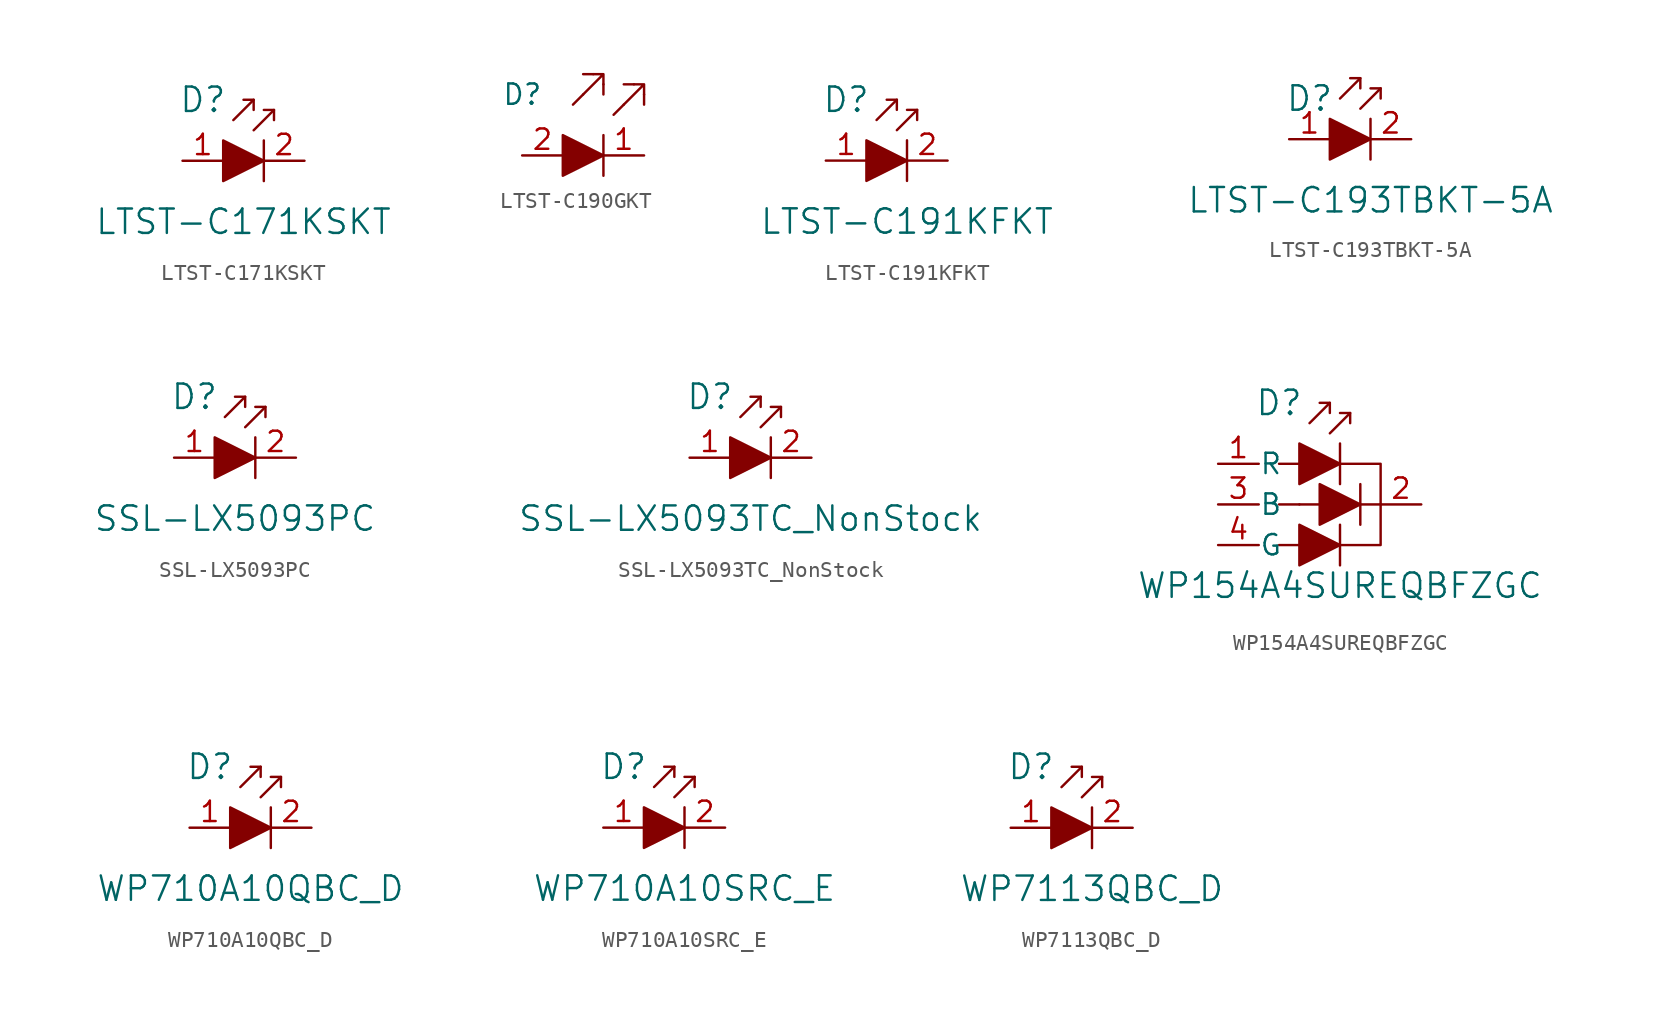
<source format=kicad_sym>
(kicad_symbol_lib
  (version 20231120)
  (generator "kicad_symbol_editor")
  (generator_version "8.0")
  (symbol "LTST-C171KSKT"
    (pin_names
      (offset 0))
    (property "Reference" "D"
      (at -3.81 3.81 0)
      (effects (font (size 1.524 1.524))))
    (property "Value" "LTST-C171KSKT"
      (at -1.27 -3.81 0)
      (effects (font (size 1.524 1.524))))
    (symbol "LTST-C171KSKT_0_1"
      (polyline (pts (xy -0.635 3.81) (xy -1.905 2.54)) (stroke (width 0) (type solid)) (fill (type none)))
      (polyline (pts (xy 0 1.27) (xy 0 -1.27)) (stroke (width 0) (type solid)) (fill (type none)))
      (polyline (pts (xy 0.635 3.175) (xy -0.635 1.905)) (stroke (width 0) (type solid)) (fill (type none)))
      (polyline (pts (xy -1.27 3.81) (xy -0.635 3.81) (xy -0.635 3.175)) (stroke (width 0) (type solid)) (fill (type none)))
      (polyline (pts (xy 0 3.175) (xy 0.635 3.175) (xy 0.635 2.54)) (stroke (width 0) (type solid)) (fill (type none)))
      (polyline (pts (xy -2.54 1.27) (xy -2.54 -1.27) (xy 0 0) (xy -2.54 1.27)) (stroke (width 0) (type solid)) (fill (type outline))))
    (symbol "LTST-C171KSKT_1_1"
      (pin passive line (at -5.08 0 0) (length 2.54) (name "~" (effects (font (size 1.27 1.27)))) (number "1" (effects (font (size 1.27 1.27)))))
      (pin passive line (at 2.54 0 180) (length 2.54) (name "~" (effects (font (size 1.27 1.27)))) (number "2" (effects (font (size 1.27 1.27)))))))
  (symbol "LTST-C190GKT"
    (pin_names
      (offset 0))
    (property "Reference" "D"
      (at -6.35 3.81 0)
      (effects (font (size 1.27 1.27)) (justify left)))
    (symbol "LTST-C190GKT_0_1"
      (polyline (pts (xy 0 1.27) (xy 0 -1.27)) (stroke (width 0) (type solid)) (fill (type none)))
      (polyline (pts (xy -2.54 1.27) (xy -2.54 -1.27) (xy 0 0) (xy -2.54 1.27)) (stroke (width 0) (type solid)) (fill (type outline))))
    (symbol "LTST-C190GKT_1_1"
      (polyline (pts (xy -1.27 3.81) (xy -1.905 3.175)) (stroke (width 0) (type solid)) (fill (type none)))
      (polyline (pts (xy -0.635 5.08) (xy -1.27 5.08)) (stroke (width 0) (type solid)) (fill (type none)))
      (polyline (pts (xy 0 4.445) (xy 0 3.81)) (stroke (width 0) (type solid)) (fill (type none)))
      (polyline (pts (xy 1.27 3.175) (xy 0.635 2.54)) (stroke (width 0) (type solid)) (fill (type none)))
      (polyline (pts (xy 1.905 4.445) (xy 1.27 4.445)) (stroke (width 0) (type solid)) (fill (type none)))
      (polyline (pts (xy 2.54 3.81) (xy 2.54 3.175)) (stroke (width 0) (type solid)) (fill (type none)))
      (polyline (pts (xy 1.27 3.175) (xy 2.54 4.445) (xy 1.905 4.445) (xy 2.54 4.445) (xy 2.54 3.81)) (stroke (width 0) (type solid)) (fill (type none)))
      (polyline (pts (xy 0 5.08) (xy 0 4.445) (xy 0 5.08) (xy -0.635 5.08) (xy 0 5.08) (xy -1.27 3.81)) (stroke (width 0) (type solid)) (fill (type none)))
      (pin output line (at 2.54 0 180) (length 2.54) (name "~" (effects (font (size 1.27 1.27)))) (number "1" (effects (font (size 1.27 1.27)))))
      (pin input line (at -5.08 0 0) (length 2.54) (name "~" (effects (font (size 1.27 1.27)))) (number "2" (effects (font (size 1.27 1.27)))))))
  (symbol "LTST-C191KFKT"
    (pin_names
      (offset 0))
    (property "Reference" "D"
      (at -3.81 3.81 0)
      (effects (font (size 1.524 1.524))))
    (property "Value" "LTST-C191KFKT"
      (at 0 -3.81 0)
      (effects (font (size 1.524 1.524))))
    (symbol "LTST-C191KFKT_0_1"
      (polyline (pts (xy -0.635 3.81) (xy -1.905 2.54)) (stroke (width 0) (type solid)) (fill (type none)))
      (polyline (pts (xy 0 1.27) (xy 0 -1.27)) (stroke (width 0) (type solid)) (fill (type none)))
      (polyline (pts (xy 0.635 3.175) (xy -0.635 1.905)) (stroke (width 0) (type solid)) (fill (type none)))
      (polyline (pts (xy -1.27 3.81) (xy -0.635 3.81) (xy -0.635 3.175)) (stroke (width 0) (type solid)) (fill (type none)))
      (polyline (pts (xy 0 3.175) (xy 0.635 3.175) (xy 0.635 2.54)) (stroke (width 0) (type solid)) (fill (type none)))
      (polyline (pts (xy -2.54 1.27) (xy -2.54 -1.27) (xy 0 0) (xy -2.54 1.27)) (stroke (width 0) (type solid)) (fill (type outline))))
    (symbol "LTST-C191KFKT_1_1"
      (pin passive line (at -5.08 0 0) (length 2.54) (name "~" (effects (font (size 1.27 1.27)))) (number "1" (effects (font (size 1.27 1.27)))))
      (pin passive line (at 2.54 0 180) (length 2.54) (name "~" (effects (font (size 1.27 1.27)))) (number "2" (effects (font (size 1.27 1.27)))))))
  (symbol "LTST-C193TBKT-5A"
    (pin_names
      (offset 0))
    (property "Reference" "D"
      (at -3.81 2.54 0)
      (effects (font (size 1.524 1.524))))
    (property "Value" "LTST-C193TBKT-5A"
      (at 0 -3.81 0)
      (effects (font (size 1.524 1.524))))
    (symbol "LTST-C193TBKT-5A_0_1"
      (polyline (pts (xy -0.635 3.81) (xy -1.905 2.54)) (stroke (width 0) (type solid)) (fill (type none)))
      (polyline (pts (xy 0 1.27) (xy 0 -1.27)) (stroke (width 0) (type solid)) (fill (type none)))
      (polyline (pts (xy 0.635 3.175) (xy -0.635 1.905)) (stroke (width 0) (type solid)) (fill (type none)))
      (polyline (pts (xy -1.27 3.81) (xy -0.635 3.81) (xy -0.635 3.175)) (stroke (width 0) (type solid)) (fill (type none)))
      (polyline (pts (xy 0 3.175) (xy 0.635 3.175) (xy 0.635 2.54)) (stroke (width 0) (type solid)) (fill (type none)))
      (polyline (pts (xy -2.54 1.27) (xy -2.54 -1.27) (xy 0 0) (xy -2.54 1.27)) (stroke (width 0) (type solid)) (fill (type outline))))
    (symbol "LTST-C193TBKT-5A_1_1"
      (pin passive line (at -5.08 0 0) (length 2.54) (name "~" (effects (font (size 1.27 1.27)))) (number "1" (effects (font (size 1.27 1.27)))))
      (pin passive line (at 2.54 0 180) (length 2.54) (name "~" (effects (font (size 1.27 1.27)))) (number "2" (effects (font (size 1.27 1.27)))))))
  (symbol "SSL-LX5093PC"
    (pin_names
      (offset 0))
    (property "Reference" "D"
      (at -3.81 3.81 0)
      (effects (font (size 1.524 1.524))))
    (property "Value" "SSL-LX5093PC"
      (at -1.27 -3.81 0)
      (effects (font (size 1.524 1.524))))
    (symbol "SSL-LX5093PC_0_1"
      (polyline (pts (xy -0.635 3.81) (xy -1.905 2.54)) (stroke (width 0) (type solid)) (fill (type none)))
      (polyline (pts (xy 0 1.27) (xy 0 -1.27)) (stroke (width 0) (type solid)) (fill (type none)))
      (polyline (pts (xy 0.635 3.175) (xy -0.635 1.905)) (stroke (width 0) (type solid)) (fill (type none)))
      (polyline (pts (xy -1.27 3.81) (xy -0.635 3.81) (xy -0.635 3.175)) (stroke (width 0) (type solid)) (fill (type none)))
      (polyline (pts (xy 0 3.175) (xy 0.635 3.175) (xy 0.635 2.54)) (stroke (width 0) (type solid)) (fill (type none)))
      (polyline (pts (xy -2.54 1.27) (xy -2.54 -1.27) (xy 0 0) (xy -2.54 1.27)) (stroke (width 0) (type solid)) (fill (type outline))))
    (symbol "SSL-LX5093PC_1_1"
      (pin passive line (at -5.08 0 0) (length 2.54) (name "~" (effects (font (size 1.27 1.27)))) (number "1" (effects (font (size 1.27 1.27)))))
      (pin passive line (at 2.54 0 180) (length 2.54) (name "~" (effects (font (size 1.27 1.27)))) (number "2" (effects (font (size 1.27 1.27)))))))
  (symbol "SSL-LX5093TC_NonStock"
    (pin_names
      (offset 0))
    (property "Reference" "D"
      (at -3.81 3.81 0)
      (effects (font (size 1.524 1.524))))
    (property "Value" "SSL-LX5093TC_NonStock"
      (at -1.27 -3.81 0)
      (effects (font (size 1.524 1.524))))
    (symbol "SSL-LX5093TC_NonStock_0_1"
      (polyline (pts (xy -0.635 3.81) (xy -1.905 2.54)) (stroke (width 0) (type solid)) (fill (type none)))
      (polyline (pts (xy 0 1.27) (xy 0 -1.27)) (stroke (width 0) (type solid)) (fill (type none)))
      (polyline (pts (xy 0.635 3.175) (xy -0.635 1.905)) (stroke (width 0) (type solid)) (fill (type none)))
      (polyline (pts (xy -1.27 3.81) (xy -0.635 3.81) (xy -0.635 3.175)) (stroke (width 0) (type solid)) (fill (type none)))
      (polyline (pts (xy 0 3.175) (xy 0.635 3.175) (xy 0.635 2.54)) (stroke (width 0) (type solid)) (fill (type none)))
      (polyline (pts (xy -2.54 1.27) (xy -2.54 -1.27) (xy 0 0) (xy -2.54 1.27)) (stroke (width 0) (type solid)) (fill (type outline))))
    (symbol "SSL-LX5093TC_NonStock_1_1"
      (pin passive line (at -5.08 0 0) (length 2.54) (name "~" (effects (font (size 1.27 1.27)))) (number "1" (effects (font (size 1.27 1.27)))))
      (pin passive line (at 2.54 0 180) (length 2.54) (name "~" (effects (font (size 1.27 1.27)))) (number "2" (effects (font (size 1.27 1.27)))))))
  (symbol "WP154A4SUREQBFZGC"
    (pin_names
      (offset 0.025))
    (property "Reference" "D"
      (at -3.81 6.35 0)
      (effects (font (size 1.524 1.524))))
    (property "Value" "WP154A4SUREQBFZGC"
      (at 0 -5.08 0)
      (effects (font (size 1.524 1.524))))
    (symbol "WP154A4SUREQBFZGC_0_1"
      (polyline (pts (xy -3.81 -2.54) (xy -2.54 -2.54)) (stroke (width 0) (type solid)) (fill (type none)))
      (polyline (pts (xy -2.54 0) (xy -3.81 0)) (stroke (width 0) (type solid)) (fill (type none)))
      (polyline (pts (xy -2.54 2.54) (xy -3.81 2.54)) (stroke (width 0) (type solid)) (fill (type none)))
      (polyline (pts (xy -1.27 0) (xy -2.54 0)) (stroke (width 0) (type solid)) (fill (type none)))
      (polyline (pts (xy -0.635 6.35) (xy -1.905 5.08)) (stroke (width 0) (type solid)) (fill (type none)))
      (polyline (pts (xy 0 -1.27) (xy 0 -3.81)) (stroke (width 0) (type solid)) (fill (type none)))
      (polyline (pts (xy 0 1.27) (xy 0 3.81)) (stroke (width 0) (type solid)) (fill (type none)))
      (polyline (pts (xy 0.635 5.715) (xy -0.635 4.445)) (stroke (width 0) (type solid)) (fill (type none)))
      (polyline (pts (xy 1.27 1.27) (xy 1.27 -1.27)) (stroke (width 0) (type solid)) (fill (type none)))
      (polyline (pts (xy -1.27 6.35) (xy -0.635 6.35) (xy -0.635 5.715)) (stroke (width 0) (type solid)) (fill (type none)))
      (polyline (pts (xy 0 5.715) (xy 0.635 5.715) (xy 0.635 5.08)) (stroke (width 0) (type solid)) (fill (type none)))
      (polyline (pts (xy 2.54 0) (xy 2.54 -2.54) (xy 0 -2.54)) (stroke (width 0) (type solid)) (fill (type none)))
      (polyline (pts (xy -2.54 -3.81) (xy -2.54 -1.27) (xy 0 -2.54) (xy -2.54 -3.81)) (stroke (width 0) (type solid)) (fill (type outline)))
      (polyline (pts (xy -2.54 3.81) (xy -2.54 1.27) (xy 0 2.54) (xy -2.54 3.81)) (stroke (width 0) (type solid)) (fill (type outline)))
      (polyline (pts (xy -1.27 1.27) (xy -1.27 -1.27) (xy 1.27 0) (xy -1.27 1.27)) (stroke (width 0) (type solid)) (fill (type outline)))
      (polyline (pts (xy 0 2.54) (xy 2.54 2.54) (xy 2.54 0) (xy 1.27 0)) (stroke (width 0) (type solid)) (fill (type none))))
    (symbol "WP154A4SUREQBFZGC_1_1"
      (pin passive line (at -7.62 2.54 0) (length 2.54) (name "R" (effects (font (size 1.27 1.27)))) (number "1" (effects (font (size 1.27 1.27)))))
      (pin passive line (at 5.08 0 180) (length 2.54) (name "~" (effects (font (size 1.27 1.27)))) (number "2" (effects (font (size 1.27 1.27)))))
      (pin passive line (at -7.62 0 0) (length 2.54) (name "B" (effects (font (size 1.27 1.27)))) (number "3" (effects (font (size 1.27 1.27)))))
      (pin passive line (at -7.62 -2.54 0) (length 2.54) (name "G" (effects (font (size 1.27 1.27)))) (number "4" (effects (font (size 1.27 1.27)))))))
  (symbol "WP710A10QBC_D"
    (pin_names
      (offset 0))
    (property "Reference" "D"
      (at -3.81 3.81 0)
      (effects (font (size 1.524 1.524))))
    (property "Value" "WP710A10QBC_D"
      (at -1.27 -3.81 0)
      (effects (font (size 1.524 1.524))))
    (symbol "WP710A10QBC_D_0_1"
      (polyline (pts (xy -0.635 3.81) (xy -1.905 2.54)) (stroke (width 0) (type solid)) (fill (type none)))
      (polyline (pts (xy 0 1.27) (xy 0 -1.27)) (stroke (width 0) (type solid)) (fill (type none)))
      (polyline (pts (xy 0.635 3.175) (xy -0.635 1.905)) (stroke (width 0) (type solid)) (fill (type none)))
      (polyline (pts (xy -1.27 3.81) (xy -0.635 3.81) (xy -0.635 3.175)) (stroke (width 0) (type solid)) (fill (type none)))
      (polyline (pts (xy 0 3.175) (xy 0.635 3.175) (xy 0.635 2.54)) (stroke (width 0) (type solid)) (fill (type none)))
      (polyline (pts (xy -2.54 1.27) (xy -2.54 -1.27) (xy 0 0) (xy -2.54 1.27)) (stroke (width 0) (type solid)) (fill (type outline))))
    (symbol "WP710A10QBC_D_1_1"
      (pin passive line (at -5.08 0 0) (length 2.54) (name "~" (effects (font (size 1.27 1.27)))) (number "1" (effects (font (size 1.27 1.27)))))
      (pin passive line (at 2.54 0 180) (length 2.54) (name "~" (effects (font (size 1.27 1.27)))) (number "2" (effects (font (size 1.27 1.27)))))))
  (symbol "WP710A10SRC_E"
    (pin_names
      (offset 0))
    (property "Reference" "D"
      (at -3.81 3.81 0)
      (effects (font (size 1.524 1.524))))
    (property "Value" "WP710A10SRC_E"
      (at 0 -3.81 0)
      (effects (font (size 1.524 1.524))))
    (symbol "WP710A10SRC_E_0_1"
      (polyline (pts (xy -0.635 3.81) (xy -1.905 2.54)) (stroke (width 0) (type solid)) (fill (type none)))
      (polyline (pts (xy 0 1.27) (xy 0 -1.27)) (stroke (width 0) (type solid)) (fill (type none)))
      (polyline (pts (xy 0.635 3.175) (xy -0.635 1.905)) (stroke (width 0) (type solid)) (fill (type none)))
      (polyline (pts (xy -1.27 3.81) (xy -0.635 3.81) (xy -0.635 3.175)) (stroke (width 0) (type solid)) (fill (type none)))
      (polyline (pts (xy 0 3.175) (xy 0.635 3.175) (xy 0.635 2.54)) (stroke (width 0) (type solid)) (fill (type none)))
      (polyline (pts (xy -2.54 1.27) (xy -2.54 -1.27) (xy 0 0) (xy -2.54 1.27)) (stroke (width 0) (type solid)) (fill (type outline))))
    (symbol "WP710A10SRC_E_1_1"
      (pin passive line (at -5.08 0 0) (length 2.54) (name "~" (effects (font (size 1.27 1.27)))) (number "1" (effects (font (size 1.27 1.27)))))
      (pin passive line (at 2.54 0 180) (length 2.54) (name "~" (effects (font (size 1.27 1.27)))) (number "2" (effects (font (size 1.27 1.27)))))))
  (symbol "WP7113QBC_D"
    (pin_names
      (offset 0))
    (property "Reference" "D"
      (at -3.81 3.81 0)
      (effects (font (size 1.524 1.524))))
    (property "Value" "WP7113QBC_D"
      (at 0 -3.81 0)
      (effects (font (size 1.524 1.524))))
    (symbol "WP7113QBC_D_0_1"
      (polyline (pts (xy -0.635 3.81) (xy -1.905 2.54)) (stroke (width 0) (type solid)) (fill (type none)))
      (polyline (pts (xy 0 1.27) (xy 0 -1.27)) (stroke (width 0) (type solid)) (fill (type none)))
      (polyline (pts (xy 0.635 3.175) (xy -0.635 1.905)) (stroke (width 0) (type solid)) (fill (type none)))
      (polyline (pts (xy -1.27 3.81) (xy -0.635 3.81) (xy -0.635 3.175)) (stroke (width 0) (type solid)) (fill (type none)))
      (polyline (pts (xy 0 3.175) (xy 0.635 3.175) (xy 0.635 2.54)) (stroke (width 0) (type solid)) (fill (type none)))
      (polyline (pts (xy -2.54 1.27) (xy -2.54 -1.27) (xy 0 0) (xy -2.54 1.27)) (stroke (width 0) (type solid)) (fill (type outline))))
    (symbol "WP7113QBC_D_1_1"
      (pin passive line (at -5.08 0 0) (length 2.54) (name "~" (effects (font (size 1.27 1.27)))) (number "1" (effects (font (size 1.27 1.27)))))
      (pin passive line (at 2.54 0 180) (length 2.54) (name "~" (effects (font (size 1.27 1.27)))) (number "2" (effects (font (size 1.27 1.27))))))))
</source>
